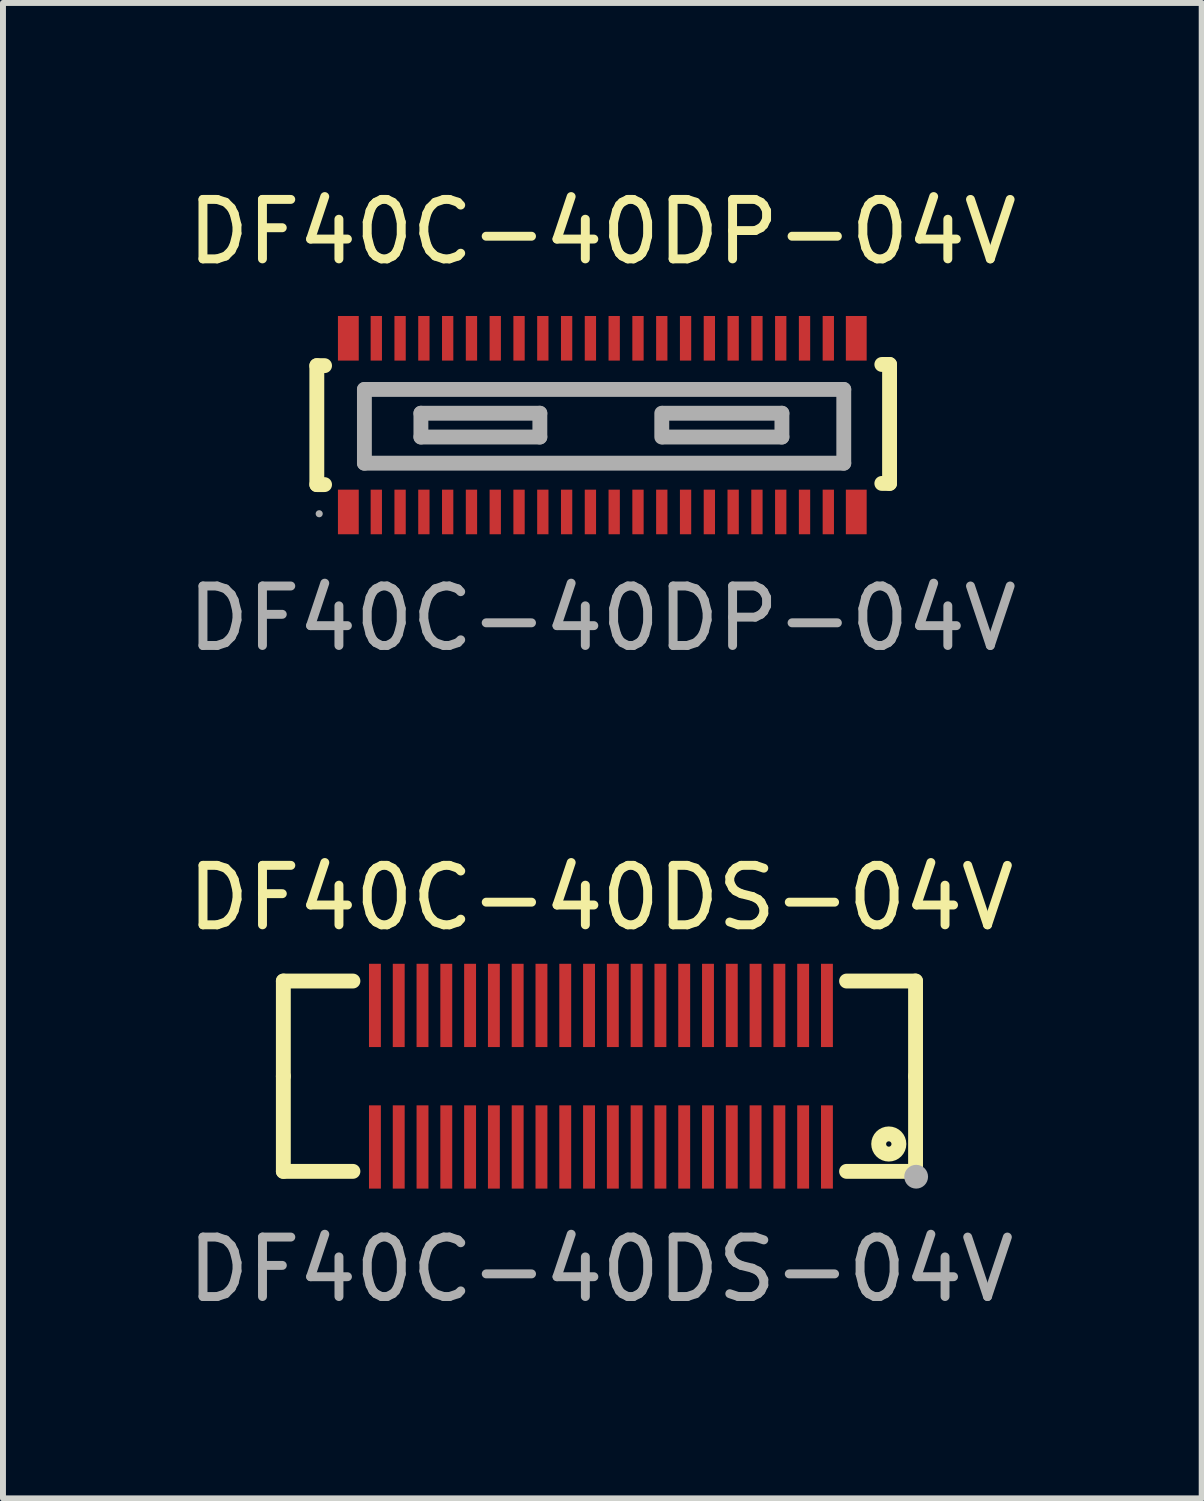
<source format=kicad_pcb>
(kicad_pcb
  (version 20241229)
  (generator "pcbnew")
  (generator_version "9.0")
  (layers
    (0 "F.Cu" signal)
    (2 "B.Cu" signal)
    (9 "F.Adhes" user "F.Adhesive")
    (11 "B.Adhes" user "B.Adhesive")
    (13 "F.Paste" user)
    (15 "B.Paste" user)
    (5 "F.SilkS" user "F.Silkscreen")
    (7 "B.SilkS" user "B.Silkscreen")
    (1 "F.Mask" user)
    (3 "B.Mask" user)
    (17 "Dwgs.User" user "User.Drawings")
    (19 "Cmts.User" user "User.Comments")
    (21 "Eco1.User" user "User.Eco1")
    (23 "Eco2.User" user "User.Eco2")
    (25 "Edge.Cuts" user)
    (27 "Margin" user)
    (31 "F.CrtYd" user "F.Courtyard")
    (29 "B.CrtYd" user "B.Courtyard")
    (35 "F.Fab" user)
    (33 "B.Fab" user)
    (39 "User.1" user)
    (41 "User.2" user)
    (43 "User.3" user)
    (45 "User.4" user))
  (footprint "DF40C-40DP-04V"
    (layer "F.Cu")
    (at 7.077 4.098)
    (property "Reference" "DF40C-40DP-04V" (at 0 -3.25 0) (layer "F.SilkS") (effects (font (size 1 1) (thickness 0.15))))
    (attr smd)
    (fp_line (start -4.8 -1) (end -4.8 1) (stroke (width 0.25) (type solid)) (layer "F.SilkS"))
    (fp_line (start -4.8 -1) (end -4.67 -1) (stroke (width 0.25) (type solid)) (layer "F.SilkS"))
    (fp_line (start -4.8 1) (end -4.67 1) (stroke (width 0.25) (type solid)) (layer "F.SilkS"))
    (fp_line (start 4.83 -1.02) (end 4.7 -1.02) (stroke (width 0.25) (type solid)) (layer "F.SilkS"))
    (fp_line (start 4.83 -1.02) (end 4.83 0.98) (stroke (width 0.25) (type solid)) (layer "F.SilkS"))
    (fp_line (start 4.83 0.98) (end 4.7 0.98) (stroke (width 0.25) (type solid)) (layer "F.SilkS"))
    (fp_line (start -4 -0.6) (end -4 0.64) (stroke (width 0.25) (type solid)) (layer "F.Fab"))
    (fp_line (start -4 -0.6) (end 4.06 -0.6) (stroke (width 0.25) (type solid)) (layer "F.Fab"))
    (fp_line (start -3.05 -0.2) (end -3.05 0.2) (stroke (width 0.25) (type solid)) (layer "F.Fab"))
    (fp_line (start -3.05 -0.2) (end -1.05 -0.2) (stroke (width 0.25) (type solid)) (layer "F.Fab"))
    (fp_line (start -1.05 -0.2) (end -1.05 0.2) (stroke (width 0.25) (type solid)) (layer "F.Fab"))
    (fp_line (start -1.05 0.2) (end -3.05 0.2) (stroke (width 0.25) (type solid)) (layer "F.Fab"))
    (fp_line (start 1 -0.2) (end 1 0.2) (stroke (width 0.25) (type solid)) (layer "F.Fab"))
    (fp_line (start 1.02 -0.2) (end 3.02 -0.2) (stroke (width 0.25) (type solid)) (layer "F.Fab"))
    (fp_line (start 3.02 -0.2) (end 3.02 0.2) (stroke (width 0.25) (type solid)) (layer "F.Fab"))
    (fp_line (start 3.02 0.2) (end 1.02 0.2) (stroke (width 0.25) (type solid)) (layer "F.Fab"))
    (fp_line (start 4.06 -0.6) (end 4.06 0.64) (stroke (width 0.25) (type solid)) (layer "F.Fab"))
    (fp_line (start 4.06 0.64) (end -4 0.64) (stroke (width 0.25) (type solid)) (layer "F.Fab"))
    (fp_circle (center -4.76 1.49) (end -4.73 1.49) (stroke (width 0.06) (type solid)) (fill no) (layer "F.Fab"))
    (fp_text user "${REFERENCE}" (at 0 3.25 0) (layer "F.Fab") (effects (font (size 1 1) (thickness 0.15))))
    (pad "1" smd rect (at -3.8 1.46) (size 0.19 0.75) (layers "F.Cu" "F.Mask" "F.Paste"))
    (pad "2" smd rect (at -3.8 -1.46) (size 0.19 0.75) (layers "F.Cu" "F.Mask" "F.Paste"))
    (pad "3" smd rect (at -3.4 1.46) (size 0.19 0.75) (layers "F.Cu" "F.Mask" "F.Paste"))
    (pad "4" smd rect (at -3.4 -1.46) (size 0.19 0.75) (layers "F.Cu" "F.Mask" "F.Paste"))
    (pad "5" smd rect (at -3 1.46) (size 0.19 0.75) (layers "F.Cu" "F.Mask" "F.Paste"))
    (pad "6" smd rect (at -3 -1.46) (size 0.19 0.75) (layers "F.Cu" "F.Mask" "F.Paste"))
    (pad "7" smd rect (at -2.6 1.46) (size 0.19 0.75) (layers "F.Cu" "F.Mask" "F.Paste"))
    (pad "8" smd rect (at -2.6 -1.46) (size 0.19 0.75) (layers "F.Cu" "F.Mask" "F.Paste"))
    (pad "9" smd rect (at -2.2 1.46) (size 0.19 0.75) (layers "F.Cu" "F.Mask" "F.Paste"))
    (pad "10" smd rect (at -2.2 -1.46) (size 0.19 0.75) (layers "F.Cu" "F.Mask" "F.Paste"))
    (pad "11" smd rect (at -1.8 1.46) (size 0.19 0.75) (layers "F.Cu" "F.Mask" "F.Paste"))
    (pad "12" smd rect (at -1.8 -1.46) (size 0.19 0.75) (layers "F.Cu" "F.Mask" "F.Paste"))
    (pad "13" smd rect (at -1.4 1.46) (size 0.19 0.75) (layers "F.Cu" "F.Mask" "F.Paste"))
    (pad "14" smd rect (at -1.4 -1.46) (size 0.19 0.75) (layers "F.Cu" "F.Mask" "F.Paste"))
    (pad "15" smd rect (at -1 1.46) (size 0.19 0.75) (layers "F.Cu" "F.Mask" "F.Paste"))
    (pad "16" smd rect (at -1 -1.46) (size 0.19 0.75) (layers "F.Cu" "F.Mask" "F.Paste"))
    (pad "17" smd rect (at -0.6 1.46) (size 0.19 0.75) (layers "F.Cu" "F.Mask" "F.Paste"))
    (pad "18" smd rect (at -0.6 -1.46) (size 0.19 0.75) (layers "F.Cu" "F.Mask" "F.Paste"))
    (pad "19" smd rect (at -0.2 1.46) (size 0.19 0.75) (layers "F.Cu" "F.Mask" "F.Paste"))
    (pad "20" smd rect (at -0.2 -1.46) (size 0.19 0.75) (layers "F.Cu" "F.Mask" "F.Paste"))
    (pad "21" smd rect (at 0.2 1.46) (size 0.19 0.75) (layers "F.Cu" "F.Mask" "F.Paste"))
    (pad "22" smd rect (at 0.2 -1.46) (size 0.19 0.75) (layers "F.Cu" "F.Mask" "F.Paste"))
    (pad "23" smd rect (at 0.6 1.46) (size 0.19 0.75) (layers "F.Cu" "F.Mask" "F.Paste"))
    (pad "24" smd rect (at 0.6 -1.46) (size 0.19 0.75) (layers "F.Cu" "F.Mask" "F.Paste"))
    (pad "25" smd rect (at 1 1.46) (size 0.19 0.75) (layers "F.Cu" "F.Mask" "F.Paste"))
    (pad "26" smd rect (at 1 -1.46) (size 0.19 0.75) (layers "F.Cu" "F.Mask" "F.Paste"))
    (pad "27" smd rect (at 1.4 1.46) (size 0.19 0.75) (layers "F.Cu" "F.Mask" "F.Paste"))
    (pad "28" smd rect (at 1.4 -1.46) (size 0.19 0.75) (layers "F.Cu" "F.Mask" "F.Paste"))
    (pad "29" smd rect (at 1.8 1.46) (size 0.19 0.75) (layers "F.Cu" "F.Mask" "F.Paste"))
    (pad "30" smd rect (at 1.8 -1.46) (size 0.19 0.75) (layers "F.Cu" "F.Mask" "F.Paste"))
    (pad "31" smd rect (at 2.2 1.46) (size 0.19 0.75) (layers "F.Cu" "F.Mask" "F.Paste"))
    (pad "32" smd rect (at 2.2 -1.46) (size 0.19 0.75) (layers "F.Cu" "F.Mask" "F.Paste"))
    (pad "33" smd rect (at 2.6 1.46) (size 0.19 0.75) (layers "F.Cu" "F.Mask" "F.Paste"))
    (pad "34" smd rect (at 2.6 -1.46) (size 0.19 0.75) (layers "F.Cu" "F.Mask" "F.Paste"))
    (pad "35" smd rect (at 3 1.46) (size 0.19 0.75) (layers "F.Cu" "F.Mask" "F.Paste"))
    (pad "36" smd rect (at 3 -1.46) (size 0.19 0.75) (layers "F.Cu" "F.Mask" "F.Paste"))
    (pad "37" smd rect (at 3.4 1.46) (size 0.19 0.75) (layers "F.Cu" "F.Mask" "F.Paste"))
    (pad "38" smd rect (at 3.4 -1.46) (size 0.19 0.75) (layers "F.Cu" "F.Mask" "F.Paste"))
    (pad "39" smd rect (at 3.8 1.46) (size 0.19 0.75) (layers "F.Cu" "F.Mask" "F.Paste"))
    (pad "40" smd rect (at 3.8 -1.46) (size 0.19 0.75) (layers "F.Cu" "F.Mask" "F.Paste"))
    (pad "41" smd rect (at 4.27 1.46) (size 0.35 0.75) (layers "F.Cu" "F.Mask" "F.Paste"))
    (pad "42" smd rect (at 4.27 -1.46) (size 0.35 0.75) (layers "F.Cu" "F.Mask" "F.Paste"))
    (pad "43" smd rect (at -4.27 -1.46) (size 0.35 0.75) (layers "F.Cu" "F.Mask" "F.Paste"))
    (pad "44" smd rect (at -4.27 1.46) (size 0.35 0.75) (layers "F.Cu" "F.Mask" "F.Paste")))
  (footprint "DF40C-40DS-04V"
    (layer "F.Cu")
    (at 7.054 15.045)
    (property "Reference" "DF40C-40DS-04V" (at 0 -3 0) (layer "F.SilkS") (effects (font (size 1 1) (thickness 0.15))))
    (attr smd)
    (fp_line (start -5.34 -1.6) (end -4.17 -1.6) (stroke (width 0.25) (type solid)) (layer "F.SilkS"))
    (fp_line (start -5.34 0) (end -5.34 -1.6) (stroke (width 0.25) (type solid)) (layer "F.SilkS"))
    (fp_line (start -5.34 0) (end -5.34 1.6) (stroke (width 0.25) (type solid)) (layer "F.SilkS"))
    (fp_line (start -5.34 1.6) (end -4.17 1.6) (stroke (width 0.25) (type solid)) (layer "F.SilkS"))
    (fp_line (start 5.29 -1.6) (end 4.13 -1.6) (stroke (width 0.25) (type solid)) (layer "F.SilkS"))
    (fp_line (start 5.29 0) (end 5.29 -1.6) (stroke (width 0.25) (type solid)) (layer "F.SilkS"))
    (fp_line (start 5.29 0) (end 5.29 1.6) (stroke (width 0.25) (type solid)) (layer "F.SilkS"))
    (fp_line (start 5.29 1.6) (end 4.13 1.6) (stroke (width 0.25) (type solid)) (layer "F.SilkS"))
    (fp_circle (center 4.84 1.14) (end 5.01 1.14) (stroke (width 0.25) (type solid)) (fill no) (layer "F.SilkS"))
    (fp_circle (center 5.3 1.69) (end 5.4 1.69) (stroke (width 0.2) (type solid)) (fill no) (layer "F.Fab"))
    (fp_text user "${REFERENCE}" (at 0 3.25 0) (layer "F.Fab") (effects (font (size 1 1) (thickness 0.15))))
    (pad "1" smd rect (at 3.8 1.19) (size 0.2 1.4) (layers "F.Cu" "F.Mask" "F.Paste"))
    (pad "2" smd rect (at 3.8 -1.19) (size 0.2 1.4) (layers "F.Cu" "F.Mask" "F.Paste"))
    (pad "3" smd rect (at 3.4 1.19) (size 0.2 1.4) (layers "F.Cu" "F.Mask" "F.Paste"))
    (pad "4" smd rect (at 3.4 -1.19) (size 0.2 1.4) (layers "F.Cu" "F.Mask" "F.Paste"))
    (pad "5" smd rect (at 3 1.19) (size 0.2 1.4) (layers "F.Cu" "F.Mask" "F.Paste"))
    (pad "6" smd rect (at 3 -1.19) (size 0.2 1.4) (layers "F.Cu" "F.Mask" "F.Paste"))
    (pad "7" smd rect (at 2.6 1.19) (size 0.2 1.4) (layers "F.Cu" "F.Mask" "F.Paste"))
    (pad "8" smd rect (at 2.6 -1.19) (size 0.2 1.4) (layers "F.Cu" "F.Mask" "F.Paste"))
    (pad "9" smd rect (at 2.2 1.19) (size 0.2 1.4) (layers "F.Cu" "F.Mask" "F.Paste"))
    (pad "10" smd rect (at 2.2 -1.19) (size 0.2 1.4) (layers "F.Cu" "F.Mask" "F.Paste"))
    (pad "11" smd rect (at 1.8 1.19) (size 0.2 1.4) (layers "F.Cu" "F.Mask" "F.Paste"))
    (pad "12" smd rect (at 1.8 -1.19) (size 0.2 1.4) (layers "F.Cu" "F.Mask" "F.Paste"))
    (pad "13" smd rect (at 1.4 1.19) (size 0.2 1.4) (layers "F.Cu" "F.Mask" "F.Paste"))
    (pad "14" smd rect (at 1.4 -1.19) (size 0.2 1.4) (layers "F.Cu" "F.Mask" "F.Paste"))
    (pad "15" smd rect (at 1 1.19) (size 0.2 1.4) (layers "F.Cu" "F.Mask" "F.Paste"))
    (pad "16" smd rect (at 1 -1.19) (size 0.2 1.4) (layers "F.Cu" "F.Mask" "F.Paste"))
    (pad "17" smd rect (at 0.6 1.19) (size 0.2 1.4) (layers "F.Cu" "F.Mask" "F.Paste"))
    (pad "18" smd rect (at 0.6 -1.19) (size 0.2 1.4) (layers "F.Cu" "F.Mask" "F.Paste"))
    (pad "19" smd rect (at 0.2 1.19) (size 0.2 1.4) (layers "F.Cu" "F.Mask" "F.Paste"))
    (pad "20" smd rect (at 0.2 -1.19) (size 0.2 1.4) (layers "F.Cu" "F.Mask" "F.Paste"))
    (pad "21" smd rect (at -0.2 1.19) (size 0.2 1.4) (layers "F.Cu" "F.Mask" "F.Paste"))
    (pad "22" smd rect (at -0.2 -1.19) (size 0.2 1.4) (layers "F.Cu" "F.Mask" "F.Paste"))
    (pad "23" smd rect (at -0.6 1.19) (size 0.2 1.4) (layers "F.Cu" "F.Mask" "F.Paste"))
    (pad "24" smd rect (at -0.6 -1.19) (size 0.2 1.4) (layers "F.Cu" "F.Mask" "F.Paste"))
    (pad "25" smd rect (at -1 1.19) (size 0.2 1.4) (layers "F.Cu" "F.Mask" "F.Paste"))
    (pad "26" smd rect (at -1 -1.19) (size 0.2 1.4) (layers "F.Cu" "F.Mask" "F.Paste"))
    (pad "27" smd rect (at -1.4 1.19) (size 0.2 1.4) (layers "F.Cu" "F.Mask" "F.Paste"))
    (pad "28" smd rect (at -1.4 -1.19) (size 0.2 1.4) (layers "F.Cu" "F.Mask" "F.Paste"))
    (pad "29" smd rect (at -1.8 1.19) (size 0.2 1.4) (layers "F.Cu" "F.Mask" "F.Paste"))
    (pad "30" smd rect (at -1.8 -1.19) (size 0.2 1.4) (layers "F.Cu" "F.Mask" "F.Paste"))
    (pad "31" smd rect (at -2.2 1.19) (size 0.2 1.4) (layers "F.Cu" "F.Mask" "F.Paste"))
    (pad "32" smd rect (at -2.2 -1.19) (size 0.2 1.4) (layers "F.Cu" "F.Mask" "F.Paste"))
    (pad "33" smd rect (at -2.6 1.19) (size 0.2 1.4) (layers "F.Cu" "F.Mask" "F.Paste"))
    (pad "34" smd rect (at -2.6 -1.19) (size 0.2 1.4) (layers "F.Cu" "F.Mask" "F.Paste"))
    (pad "35" smd rect (at -3 1.19) (size 0.2 1.4) (layers "F.Cu" "F.Mask" "F.Paste"))
    (pad "36" smd rect (at -3 -1.19) (size 0.2 1.4) (layers "F.Cu" "F.Mask" "F.Paste"))
    (pad "37" smd rect (at -3.4 1.19) (size 0.2 1.4) (layers "F.Cu" "F.Mask" "F.Paste"))
    (pad "38" smd rect (at -3.4 -1.19) (size 0.2 1.4) (layers "F.Cu" "F.Mask" "F.Paste"))
    (pad "39" smd rect (at -3.8 1.19) (size 0.2 1.4) (layers "F.Cu" "F.Mask" "F.Paste"))
    (pad "40" smd rect (at -3.8 -1.19) (size 0.2 1.4) (layers "F.Cu" "F.Mask" "F.Paste")))
  (gr_rect
    (start -3 -3)
    (end 17.155 22.143)
    (stroke (width 0.1) (type default))
    (fill no)
    (layer "Edge.Cuts")))
</source>
